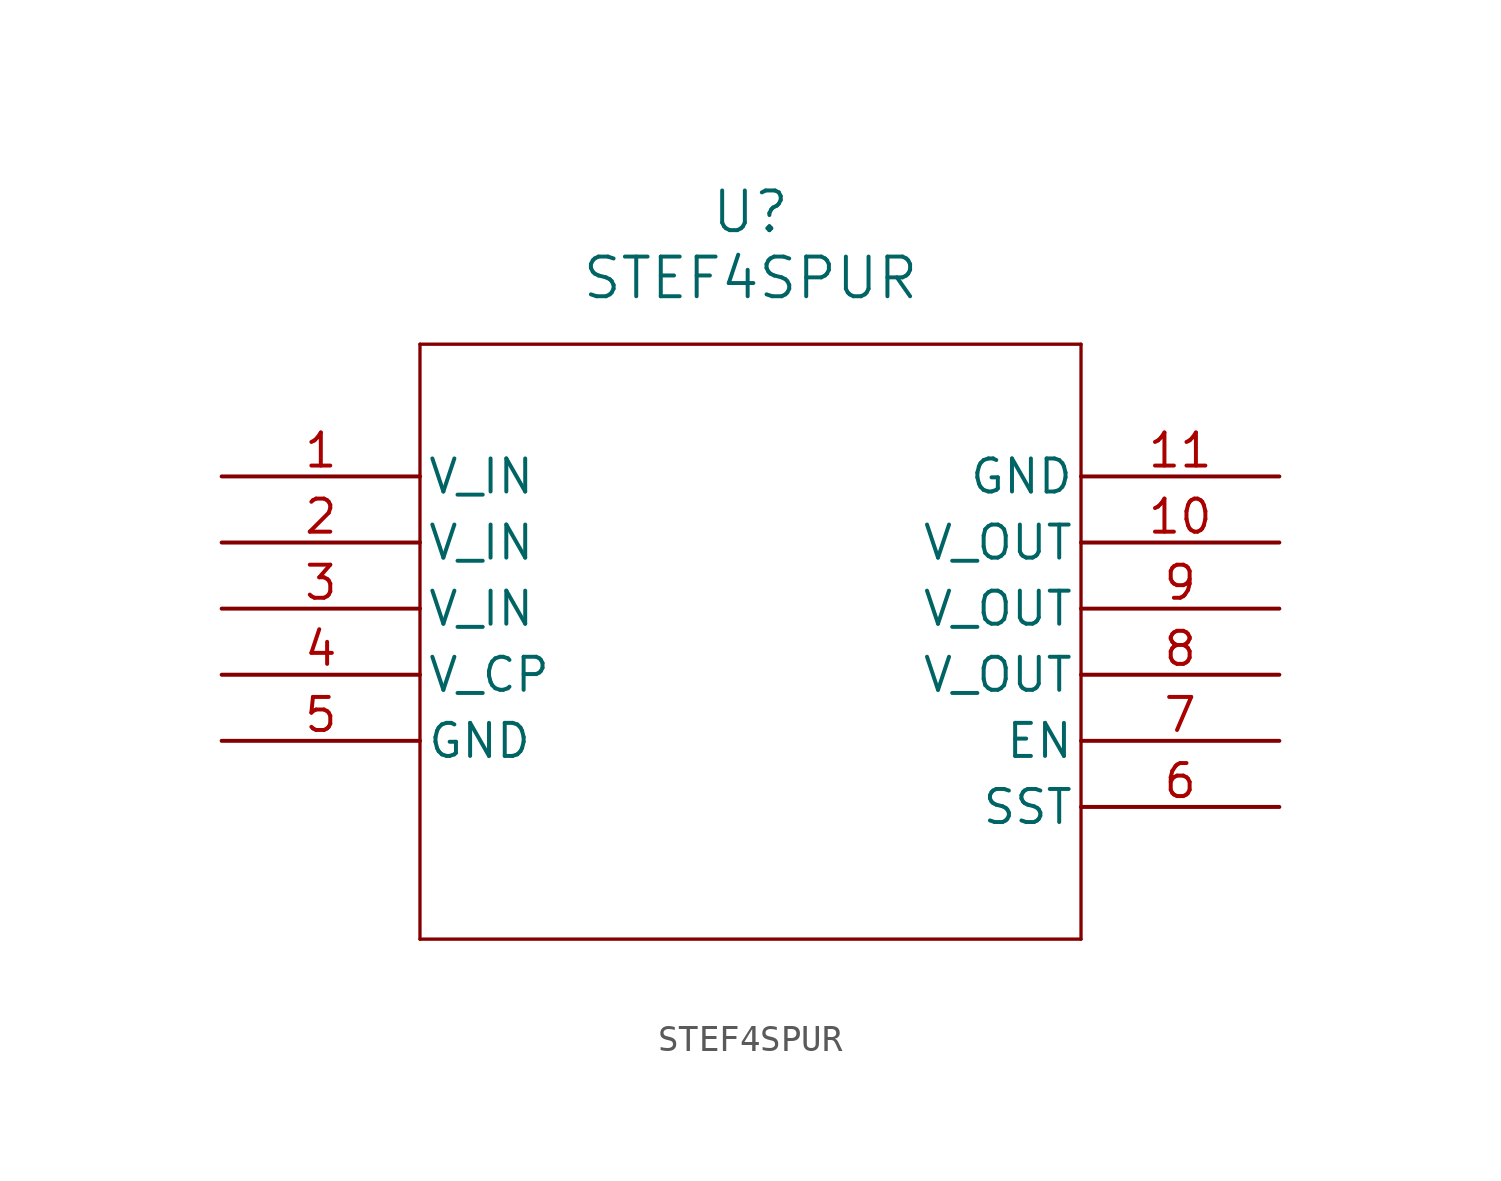
<source format=kicad_sym>
(kicad_symbol_lib
  (version 20211014)
  (generator kicad_symbol_editor)
  (symbol "STEF4SPUR"
    (pin_names
      (offset 0.254))
    (property "Reference" "U"
      (at 20.32 10.16 0)
      (effects (font (size 1.524 1.524))))
    (property "Value" "STEF4SPUR"
      (at 20.32 7.62 0)
      (effects (font (size 1.524 1.524))))
    (symbol "STEF4SPUR_0_1"
      (polyline (pts (xy 7.62 5.08) (xy 7.62 -17.78)) (stroke (width 0.127) (type default) (color 0 0 0 0)) (fill (type none)))
      (polyline (pts (xy 7.62 -17.78) (xy 33.02 -17.78)) (stroke (width 0.127) (type default) (color 0 0 0 0)) (fill (type none)))
      (polyline (pts (xy 33.02 -17.78) (xy 33.02 5.08)) (stroke (width 0.127) (type default) (color 0 0 0 0)) (fill (type none)))
      (polyline (pts (xy 33.02 5.08) (xy 7.62 5.08)) (stroke (width 0.127) (type default) (color 0 0 0 0)) (fill (type none)))
      (pin unspecified line (at 0 0 0) (length 7.62) (name "V IN" (effects (font (size 1.27 1.27)))) (number "1" (effects (font (size 1.27 1.27)))))
      (pin unspecified line (at 0 -2.54 0) (length 7.62) (name "V IN" (effects (font (size 1.27 1.27)))) (number "2" (effects (font (size 1.27 1.27)))))
      (pin unspecified line (at 0 -5.08 0) (length 7.62) (name "V IN" (effects (font (size 1.27 1.27)))) (number "3" (effects (font (size 1.27 1.27)))))
      (pin unspecified line (at 0 -7.62 0) (length 7.62) (name "V CP" (effects (font (size 1.27 1.27)))) (number "4" (effects (font (size 1.27 1.27)))))
      (pin power_out line (at 0 -10.16 0) (length 7.62) (name "GND" (effects (font (size 1.27 1.27)))) (number "5" (effects (font (size 1.27 1.27)))))
      (pin unspecified line (at 40.64 -12.7 180) (length 7.62) (name "SST" (effects (font (size 1.27 1.27)))) (number "6" (effects (font (size 1.27 1.27)))))
      (pin unspecified line (at 40.64 -10.16 180) (length 7.62) (name "EN" (effects (font (size 1.27 1.27)))) (number "7" (effects (font (size 1.27 1.27)))))
      (pin output line (at 40.64 -7.62 180) (length 7.62) (name "V OUT" (effects (font (size 1.27 1.27)))) (number "8" (effects (font (size 1.27 1.27)))))
      (pin output line (at 40.64 -5.08 180) (length 7.62) (name "V OUT" (effects (font (size 1.27 1.27)))) (number "9" (effects (font (size 1.27 1.27)))))
      (pin output line (at 40.64 -2.54 180) (length 7.62) (name "V OUT" (effects (font (size 1.27 1.27)))) (number "10" (effects (font (size 1.27 1.27)))))
      (pin power_out line (at 40.64 0 180) (length 7.62) (name "GND" (effects (font (size 1.27 1.27)))) (number "11" (effects (font (size 1.27 1.27))))))))
</source>
